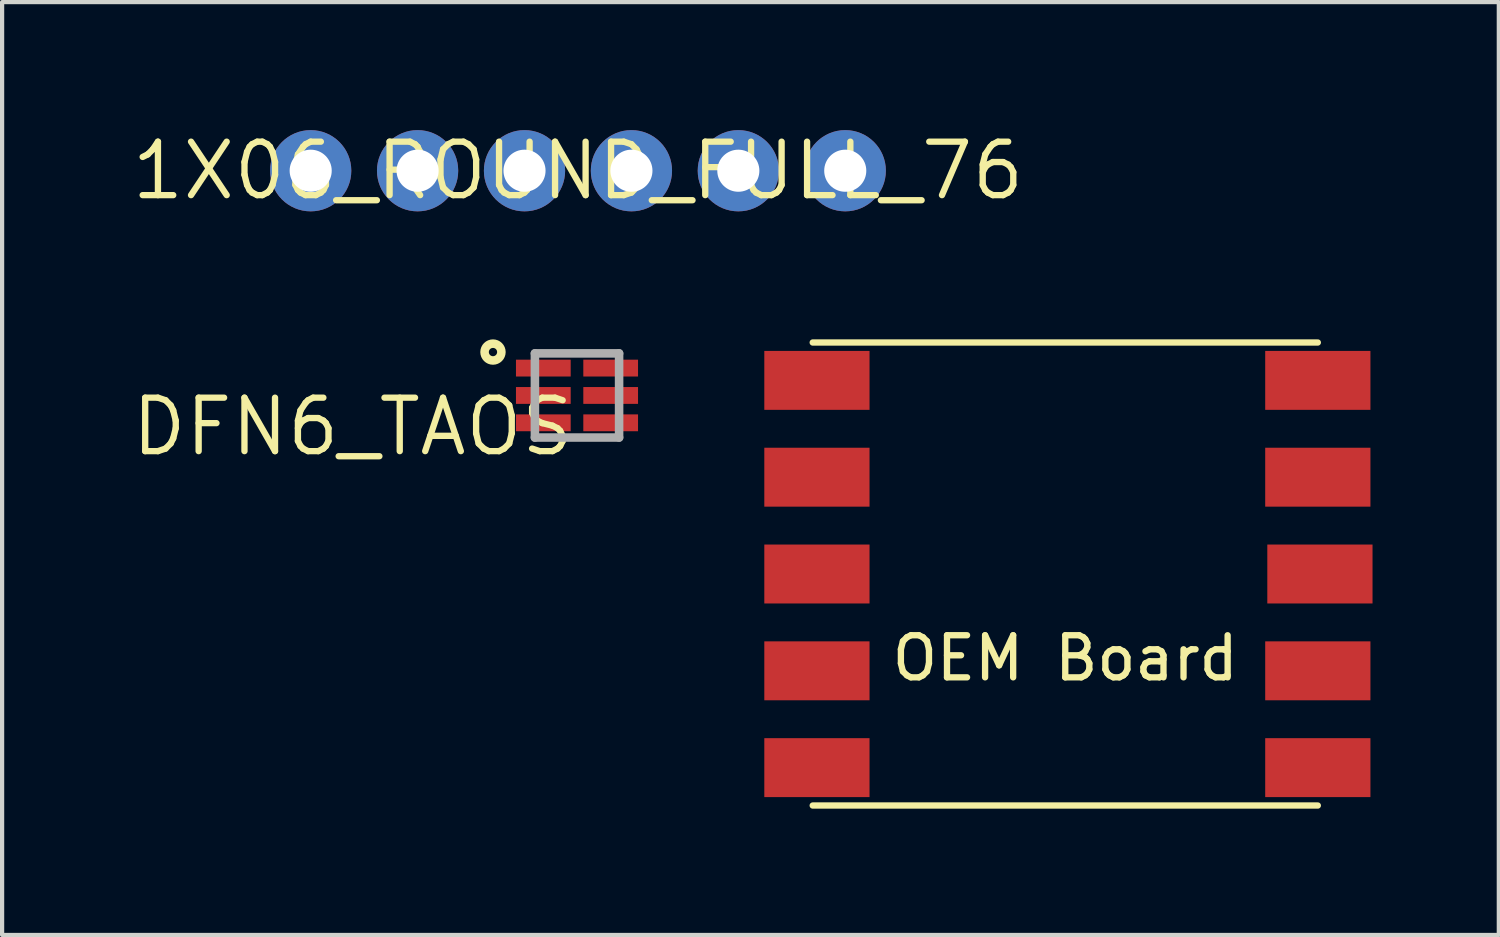
<source format=kicad_pcb>
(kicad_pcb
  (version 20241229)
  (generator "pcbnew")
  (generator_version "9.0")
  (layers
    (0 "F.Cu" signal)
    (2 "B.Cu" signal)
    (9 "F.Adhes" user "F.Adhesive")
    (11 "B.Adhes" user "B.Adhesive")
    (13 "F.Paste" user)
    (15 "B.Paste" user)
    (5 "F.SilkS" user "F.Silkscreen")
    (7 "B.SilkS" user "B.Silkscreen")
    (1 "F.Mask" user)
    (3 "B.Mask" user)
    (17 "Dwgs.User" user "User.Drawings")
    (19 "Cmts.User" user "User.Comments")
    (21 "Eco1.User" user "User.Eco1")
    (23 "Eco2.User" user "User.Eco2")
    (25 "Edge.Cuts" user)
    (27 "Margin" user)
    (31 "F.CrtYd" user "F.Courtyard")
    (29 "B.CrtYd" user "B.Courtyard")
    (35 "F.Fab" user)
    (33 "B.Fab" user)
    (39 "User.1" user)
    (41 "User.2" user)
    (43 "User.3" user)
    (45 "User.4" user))
  (footprint "1X06_ROUND_FULL_76"
    (layer "F.Cu")
    (at 10.681 1.006)
    (property "Reference" "1X06_ROUND_FULL_76" (at 0 0 0) (layer "F.SilkS") (effects (font (size 1.27 1.27) (thickness 0.15))))
    (attr through_hole)
    (fp_poly (pts (xy -6.604 0.254) (xy -6.096 0.254) (xy -6.096 -0.254) (xy -6.604 -0.254)) (stroke (width 0.1) (type solid)) (fill no) (layer "F.Fab"))
    (fp_poly (pts (xy -4.064 0.254) (xy -3.556 0.254) (xy -3.556 -0.254) (xy -4.064 -0.254)) (stroke (width 0.1) (type solid)) (fill no) (layer "F.Fab"))
    (fp_poly (pts (xy -1.524 0.254) (xy -1.016 0.254) (xy -1.016 -0.254) (xy -1.524 -0.254)) (stroke (width 0.1) (type solid)) (fill no) (layer "F.Fab"))
    (fp_poly (pts (xy 1.016 0.254) (xy 1.524 0.254) (xy 1.524 -0.254) (xy 1.016 -0.254)) (stroke (width 0.1) (type solid)) (fill no) (layer "F.Fab"))
    (fp_poly (pts (xy 3.556 0.254) (xy 4.064 0.254) (xy 4.064 -0.254) (xy 3.556 -0.254)) (stroke (width 0.1) (type solid)) (fill no) (layer "F.Fab"))
    (fp_poly (pts (xy 6.096 0.254) (xy 6.604 0.254) (xy 6.604 -0.254) (xy 6.096 -0.254)) (stroke (width 0.1) (type solid)) (fill no) (layer "F.Fab"))
    (pad "1" thru_hole circle (at -6.35 0 90) (size 1.93 1.93) (drill 1) (layers "*.Cu" "*.Mask"))
    (pad "2" thru_hole circle (at -3.81 0 90) (size 1.93 1.93) (drill 1) (layers "*.Cu" "*.Mask"))
    (pad "3" thru_hole circle (at -1.27 0 90) (size 1.93 1.93) (drill 1) (layers "*.Cu" "*.Mask"))
    (pad "4" thru_hole circle (at 1.27 0 90) (size 1.93 1.93) (drill 1) (layers "*.Cu" "*.Mask"))
    (pad "5" thru_hole circle (at 3.81 0 90) (size 1.93 1.93) (drill 1) (layers "*.Cu" "*.Mask"))
    (pad "6" thru_hole circle (at 6.35 0 90) (size 1.93 1.93) (drill 1) (layers "*.Cu" "*.Mask")))
  (footprint "DFN6_TAOS"
    (layer "F.Cu")
    (at 10.658 6.345)
    (property "Reference" "DFN6_TAOS" (at 0 0 0) (layer "F.SilkS") (effects (font (size 1.27 1.27) (thickness 0.15)) (justify right top)))
    (attr through_hole)
    (fp_circle (center -1.996 -1.031) (end -1.796 -1.031) (stroke (width 0.203) (type solid)) (fill no) (layer "F.SilkS"))
    (fp_line (start -1 -1) (end 1 -1) (stroke (width 0.203) (type solid)) (layer "F.Fab"))
    (fp_line (start -1 1) (end -1 -1) (stroke (width 0.203) (type solid)) (layer "F.Fab"))
    (fp_line (start 1 -1) (end 1 1) (stroke (width 0.203) (type solid)) (layer "F.Fab"))
    (fp_line (start 1 1) (end -1 1) (stroke (width 0.203) (type solid)) (layer "F.Fab"))
    (pad "1" smd rect (at -0.8 -0.65) (size 1.3 0.4) (layers "F.Cu" "F.Mask" "F.Paste"))
    (pad "2" smd rect (at -0.8 0) (size 1.3 0.4) (layers "F.Cu" "F.Mask" "F.Paste"))
    (pad "3" smd rect (at -0.8 0.65) (size 1.3 0.4) (layers "F.Cu" "F.Mask" "F.Paste"))
    (pad "4" smd rect (at 0.8 0.65) (size 1.3 0.4) (layers "F.Cu" "F.Mask" "F.Paste"))
    (pad "5" smd rect (at 0.8 0) (size 1.3 0.4) (layers "F.Cu" "F.Mask" "F.Paste"))
    (pad "6" smd rect (at 0.8 -0.65) (size 1.3 0.4) (layers "F.Cu" "F.Mask" "F.Paste")))
  (footprint "OEM Board"
    (layer "F.Cu")
    (at 22.208 10.787)
    (property "Reference" "OEM Board" (at 0.05 1.8 0) (layer "F.SilkS") (effects (font (size 1 1) (thickness 0.15))))
    (attr through_hole)
    (fp_line (start -5.95 -5.7) (end 6.05 -5.7) (stroke (width 0.15) (type solid)) (layer "F.SilkS"))
    (fp_line (start 6.05 5.3) (end -5.95 5.3) (stroke (width 0.15) (type solid)) (layer "F.SilkS"))
    (pad "1" smd rect (at -5.85 -4.8) (size 2.5 1.4) (layers "F.Cu" "F.Mask" "F.Paste"))
    (pad "2" smd rect (at -5.85 -2.5) (size 2.5 1.4) (layers "F.Cu" "F.Mask" "F.Paste"))
    (pad "3" smd rect (at -5.85 -0.2) (size 2.5 1.4) (layers "F.Cu" "F.Mask" "F.Paste"))
    (pad "4" smd rect (at -5.85 2.1) (size 2.5 1.4) (layers "F.Cu" "F.Mask" "F.Paste"))
    (pad "5" smd rect (at -5.85 4.4) (size 2.5 1.4) (layers "F.Cu" "F.Mask" "F.Paste"))
    (pad "6" smd rect (at 6.05 4.4) (size 2.5 1.4) (layers "F.Cu" "F.Mask" "F.Paste"))
    (pad "7" smd rect (at 6.05 2.1) (size 2.5 1.4) (layers "F.Cu" "F.Mask" "F.Paste"))
    (pad "8" smd rect (at 6.1 -0.2) (size 2.5 1.4) (layers "F.Cu" "F.Mask" "F.Paste"))
    (pad "9" smd rect (at 6.05 -2.5) (size 2.5 1.4) (layers "F.Cu" "F.Mask" "F.Paste"))
    (pad "10" smd rect (at 6.05 -4.8) (size 2.5 1.4) (layers "F.Cu" "F.Mask" "F.Paste")))
  (gr_rect
    (start -3 -3)
    (end 32.558 19.162)
    (stroke (width 0.1) (type default))
    (fill no)
    (layer "Edge.Cuts")))
</source>
